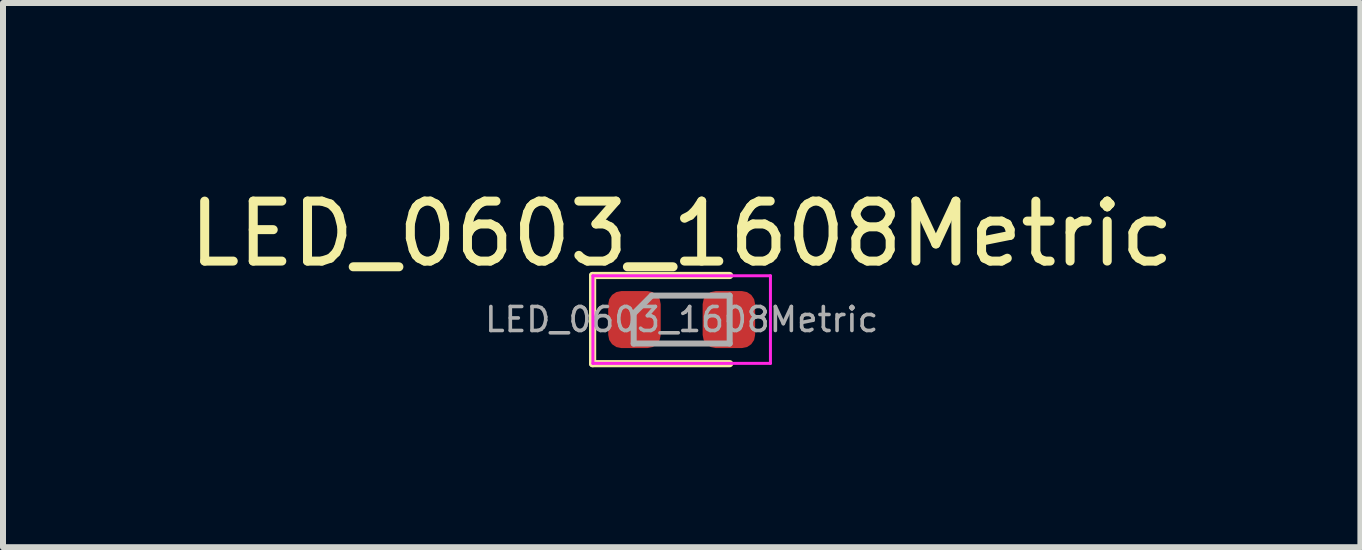
<source format=kicad_pcb>
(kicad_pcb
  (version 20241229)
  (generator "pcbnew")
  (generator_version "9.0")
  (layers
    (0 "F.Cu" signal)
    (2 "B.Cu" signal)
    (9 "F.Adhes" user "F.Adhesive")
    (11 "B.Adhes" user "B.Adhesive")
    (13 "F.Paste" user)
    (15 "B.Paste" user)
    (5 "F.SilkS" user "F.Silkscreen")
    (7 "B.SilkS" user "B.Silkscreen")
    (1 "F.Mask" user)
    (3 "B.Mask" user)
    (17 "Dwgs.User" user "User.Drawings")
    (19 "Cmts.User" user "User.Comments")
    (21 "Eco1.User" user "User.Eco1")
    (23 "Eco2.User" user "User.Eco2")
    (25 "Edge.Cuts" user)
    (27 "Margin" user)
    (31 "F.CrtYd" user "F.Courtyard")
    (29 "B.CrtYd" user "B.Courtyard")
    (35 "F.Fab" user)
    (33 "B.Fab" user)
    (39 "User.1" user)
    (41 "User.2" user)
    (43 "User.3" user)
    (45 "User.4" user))
  (footprint "LED_0603_1608Metric"
    (layer "F.Cu")
    (at 8.315 2.278)
    (property "Reference" "LED_0603_1608Metric" (at 0 -1.43 0) (layer "F.SilkS") (effects (font (size 1 1) (thickness 0.15))))
    (attr smd)
    (fp_line (start -1.485 -0.735) (end -1.485 0.735) (stroke (width 0.12) (type solid)) (layer "F.SilkS"))
    (fp_line (start -1.485 0.735) (end 0.8 0.735) (stroke (width 0.12) (type solid)) (layer "F.SilkS"))
    (fp_line (start 0.8 -0.735) (end -1.485 -0.735) (stroke (width 0.12) (type solid)) (layer "F.SilkS"))
    (fp_line (start -1.48 -0.73) (end 1.48 -0.73) (stroke (width 0.05) (type solid)) (layer "F.CrtYd"))
    (fp_line (start -1.48 0.73) (end -1.48 -0.73) (stroke (width 0.05) (type solid)) (layer "F.CrtYd"))
    (fp_line (start 1.48 -0.73) (end 1.48 0.73) (stroke (width 0.05) (type solid)) (layer "F.CrtYd"))
    (fp_line (start 1.48 0.73) (end -1.48 0.73) (stroke (width 0.05) (type solid)) (layer "F.CrtYd"))
    (fp_line (start -0.8 -0.1) (end -0.8 0.4) (stroke (width 0.1) (type solid)) (layer "F.Fab"))
    (fp_line (start -0.8 0.4) (end 0.8 0.4) (stroke (width 0.1) (type solid)) (layer "F.Fab"))
    (fp_line (start -0.5 -0.4) (end -0.8 -0.1) (stroke (width 0.1) (type solid)) (layer "F.Fab"))
    (fp_line (start 0.8 -0.4) (end -0.5 -0.4) (stroke (width 0.1) (type solid)) (layer "F.Fab"))
    (fp_line (start 0.8 0.4) (end 0.8 -0.4) (stroke (width 0.1) (type solid)) (layer "F.Fab"))
    (fp_text user "${REFERENCE}" (at 0 0 0) (layer "F.Fab") (effects (font (size 0.4 0.4) (thickness 0.06))))
    (pad "1" smd roundrect (at -0.787 0) (size 0.875 0.95) (layers "F.Cu" "F.Mask" "F.Paste") (roundrect_rratio 0.25))
    (pad "2" smd roundrect (at 0.787 0) (size 0.875 0.95) (layers "F.Cu" "F.Mask" "F.Paste") (roundrect_rratio 0.25)))
  (gr_rect
    (start -3 -3)
    (end 19.631 6.073)
    (stroke (width 0.1) (type default))
    (fill no)
    (layer "Edge.Cuts")))
</source>
